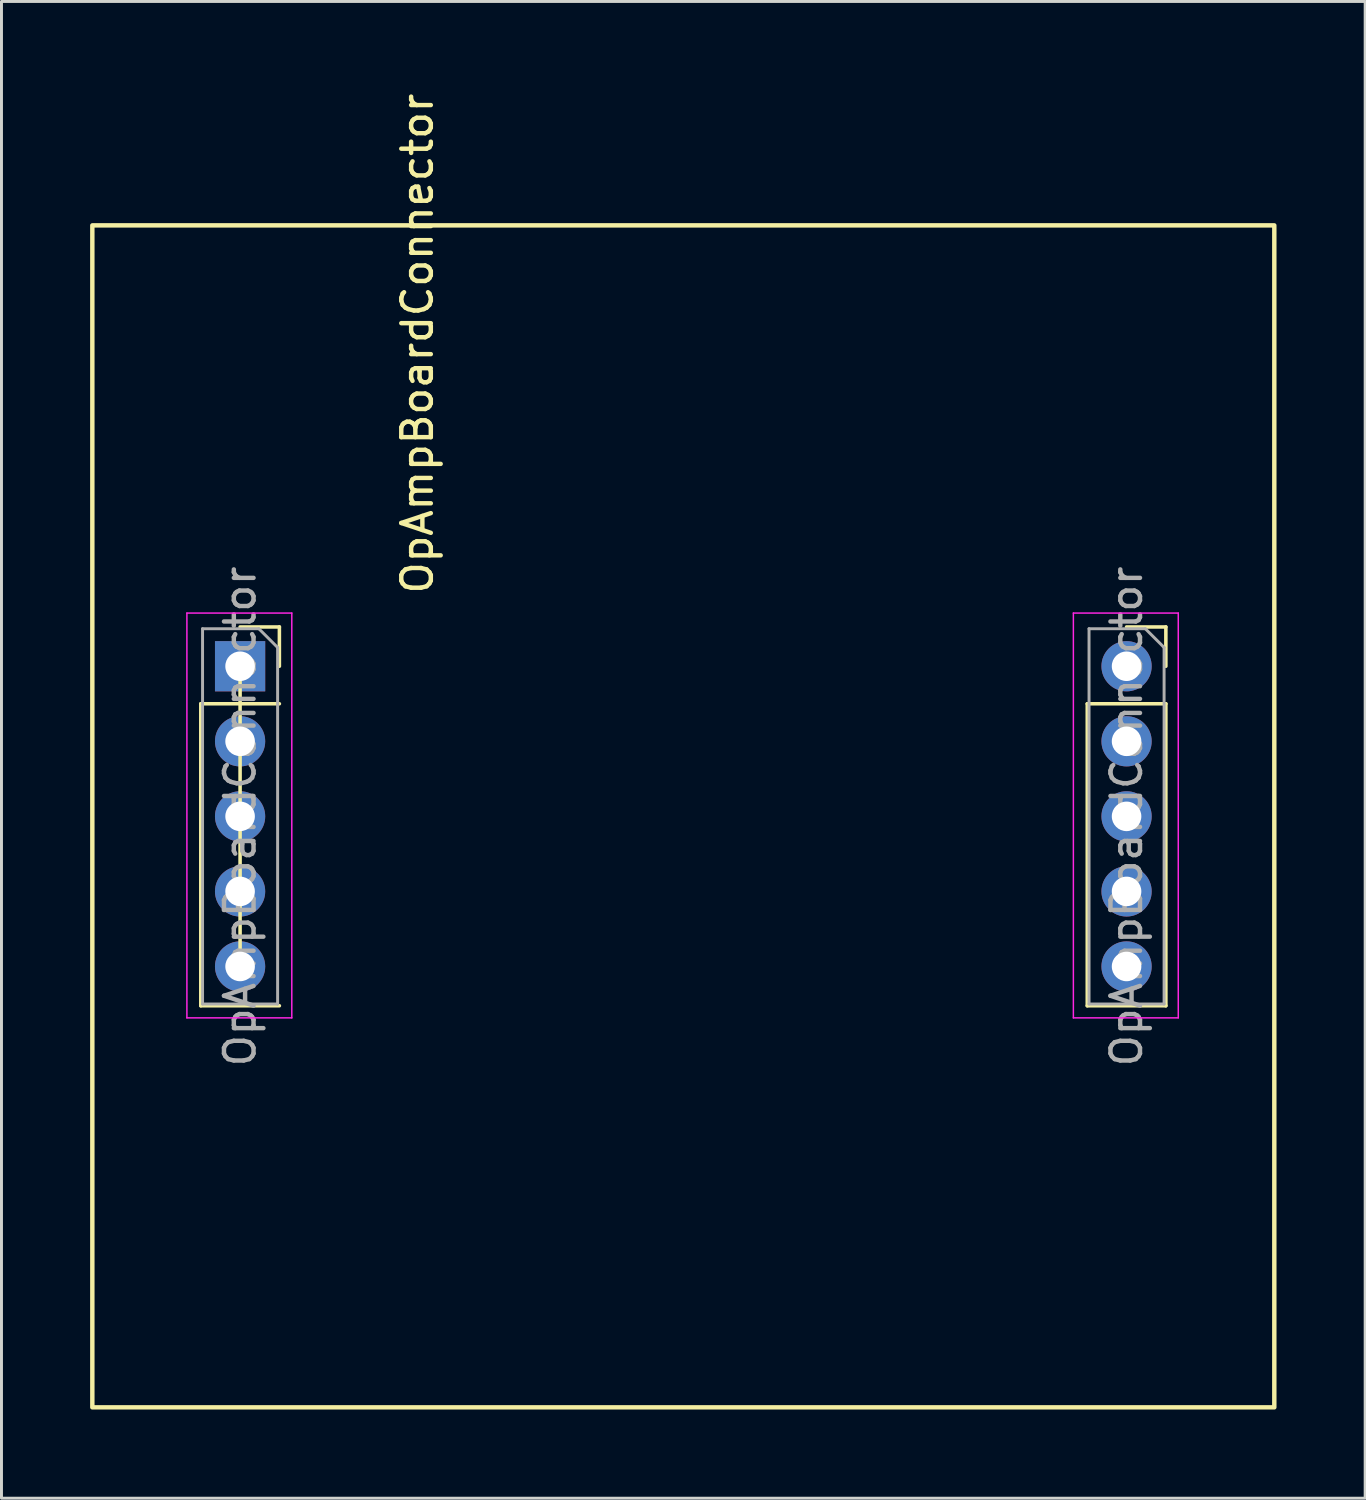
<source format=kicad_pcb>
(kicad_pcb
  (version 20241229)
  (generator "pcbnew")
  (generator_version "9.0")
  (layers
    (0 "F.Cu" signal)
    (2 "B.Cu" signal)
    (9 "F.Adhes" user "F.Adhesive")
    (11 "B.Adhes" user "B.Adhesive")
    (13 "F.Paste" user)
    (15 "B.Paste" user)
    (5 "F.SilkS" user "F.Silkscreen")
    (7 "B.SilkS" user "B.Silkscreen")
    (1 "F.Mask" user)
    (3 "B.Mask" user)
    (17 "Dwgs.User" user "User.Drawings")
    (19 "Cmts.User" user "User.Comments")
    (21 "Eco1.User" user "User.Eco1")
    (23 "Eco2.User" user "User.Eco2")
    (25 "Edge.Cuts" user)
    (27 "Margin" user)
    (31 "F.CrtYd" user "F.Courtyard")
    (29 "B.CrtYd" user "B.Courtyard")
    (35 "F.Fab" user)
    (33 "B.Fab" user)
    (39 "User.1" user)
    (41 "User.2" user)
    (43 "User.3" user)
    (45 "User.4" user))
  (footprint "OpAmpBoardConnector"
    (layer "F.Cu")
    (at 20.075 24.577)
    (property "Reference" "OpAmpBoardConnector" (at -9 -16 90) (layer "F.SilkS") (effects (font (size 1 1) (thickness 0.15))))
    (attr through_hole)
    (fp_line (start -16.33 -3.81) (end -16.33 6.41) (stroke (width 0.12) (type solid)) (layer "F.SilkS"))
    (fp_line (start -16.33 -3.81) (end -13.67 -3.81) (stroke (width 0.12) (type solid)) (layer "F.SilkS"))
    (fp_line (start -16.33 6.41) (end -13.67 6.41) (stroke (width 0.12) (type solid)) (layer "F.SilkS"))
    (fp_line (start -15 -6.41) (end -13.67 -6.41) (stroke (width 0.12) (type solid)) (layer "F.SilkS"))
    (fp_line (start -15 -5.3) (end -15 4.92) (stroke (width 0.12) (type solid)) (layer "F.SilkS"))
    (fp_line (start -13.67 -6.41) (end -13.67 -5.08) (stroke (width 0.12) (type solid)) (layer "F.SilkS"))
    (fp_line (start 13.67 -3.81) (end 13.67 6.41) (stroke (width 0.12) (type solid)) (layer "F.SilkS"))
    (fp_line (start 13.67 -3.81) (end 16.33 -3.81) (stroke (width 0.12) (type solid)) (layer "F.SilkS"))
    (fp_line (start 13.67 6.41) (end 16.33 6.41) (stroke (width 0.12) (type solid)) (layer "F.SilkS"))
    (fp_line (start 15 -6.41) (end 16.33 -6.41) (stroke (width 0.12) (type solid)) (layer "F.SilkS"))
    (fp_line (start 16.33 -6.41) (end 16.33 -5.08) (stroke (width 0.12) (type solid)) (layer "F.SilkS"))
    (fp_line (start 16.33 -3.81) (end 16.33 6.41) (stroke (width 0.12) (type solid)) (layer "F.SilkS"))
    (fp_rect (start -20 -20) (end 20 20) (stroke (width 0.15) (type default)) (fill no) (layer "F.SilkS"))
    (fp_line (start -16.8 -6.88) (end -13.25 -6.88) (stroke (width 0.05) (type solid)) (layer "F.CrtYd"))
    (fp_line (start -16.8 6.82) (end -16.8 -6.88) (stroke (width 0.05) (type solid)) (layer "F.CrtYd"))
    (fp_line (start -13.25 -6.88) (end -13.25 6.82) (stroke (width 0.05) (type solid)) (layer "F.CrtYd"))
    (fp_line (start -13.25 6.82) (end -16.8 6.82) (stroke (width 0.05) (type solid)) (layer "F.CrtYd"))
    (fp_line (start 13.2 -6.88) (end 16.75 -6.88) (stroke (width 0.05) (type solid)) (layer "F.CrtYd"))
    (fp_line (start 13.2 6.82) (end 13.2 -6.88) (stroke (width 0.05) (type solid)) (layer "F.CrtYd"))
    (fp_line (start 16.75 -6.88) (end 16.75 6.82) (stroke (width 0.05) (type solid)) (layer "F.CrtYd"))
    (fp_line (start 16.75 6.82) (end 13.2 6.82) (stroke (width 0.05) (type solid)) (layer "F.CrtYd"))
    (fp_line (start -16.27 -6.35) (end -14.365 -6.35) (stroke (width 0.1) (type solid)) (layer "F.Fab"))
    (fp_line (start -16.27 6.35) (end -16.27 -6.35) (stroke (width 0.1) (type solid)) (layer "F.Fab"))
    (fp_line (start -14.365 -6.35) (end -13.73 -5.715) (stroke (width 0.1) (type solid)) (layer "F.Fab"))
    (fp_line (start -13.73 -5.715) (end -13.73 6.35) (stroke (width 0.1) (type solid)) (layer "F.Fab"))
    (fp_line (start -13.73 6.35) (end -16.27 6.35) (stroke (width 0.1) (type solid)) (layer "F.Fab"))
    (fp_line (start 13.73 -6.35) (end 15.635 -6.35) (stroke (width 0.1) (type solid)) (layer "F.Fab"))
    (fp_line (start 13.73 6.35) (end 13.73 -6.35) (stroke (width 0.1) (type solid)) (layer "F.Fab"))
    (fp_line (start 15.635 -6.35) (end 16.27 -5.715) (stroke (width 0.1) (type solid)) (layer "F.Fab"))
    (fp_line (start 16.27 -5.715) (end 16.27 6.35) (stroke (width 0.1) (type solid)) (layer "F.Fab"))
    (fp_line (start 16.27 6.35) (end 13.73 6.35) (stroke (width 0.1) (type solid)) (layer "F.Fab"))
    (fp_text user "${REFERENCE}" (at 15 0 270) (layer "F.Fab") (effects (font (size 1 1) (thickness 0.15))))
    (fp_text user "${REFERENCE}" (at -15 0 270) (layer "F.Fab") (effects (font (size 1 1) (thickness 0.15))))
    (pad "1" thru_hole rect (at -15 -5.08) (size 1.7 1.7) (drill 1) (layers "*.Cu" "*.Mask"))
    (pad "2" thru_hole oval (at -15 -2.54) (size 1.7 1.7) (drill 1) (layers "*.Cu" "*.Mask"))
    (pad "3" thru_hole oval (at -15 0) (size 1.7 1.7) (drill 1) (layers "*.Cu" "*.Mask"))
    (pad "4" thru_hole oval (at -15 2.54) (size 1.7 1.7) (drill 1) (layers "*.Cu" "*.Mask"))
    (pad "5" thru_hole oval (at -15 5.08) (size 1.7 1.7) (drill 1) (layers "*.Cu" "*.Mask"))
    (pad "6" thru_hole oval (at 15 -5.08) (size 1.7 1.7) (drill 1) (layers "*.Cu" "*.Mask"))
    (pad "7" thru_hole oval (at 15 -2.54) (size 1.7 1.7) (drill 1) (layers "*.Cu" "*.Mask"))
    (pad "8" thru_hole oval (at 15 0) (size 1.7 1.7) (drill 1) (layers "*.Cu" "*.Mask"))
    (pad "9" thru_hole oval (at 15 2.54) (size 1.7 1.7) (drill 1) (layers "*.Cu" "*.Mask"))
    (pad "10" thru_hole oval (at 15 5.08) (size 1.7 1.7) (drill 1) (layers "*.Cu" "*.Mask")))
  (gr_rect
    (start -3 -3)
    (end 43.15 47.652)
    (stroke (width 0.1) (type default))
    (fill no)
    (layer "Edge.Cuts")))
</source>
